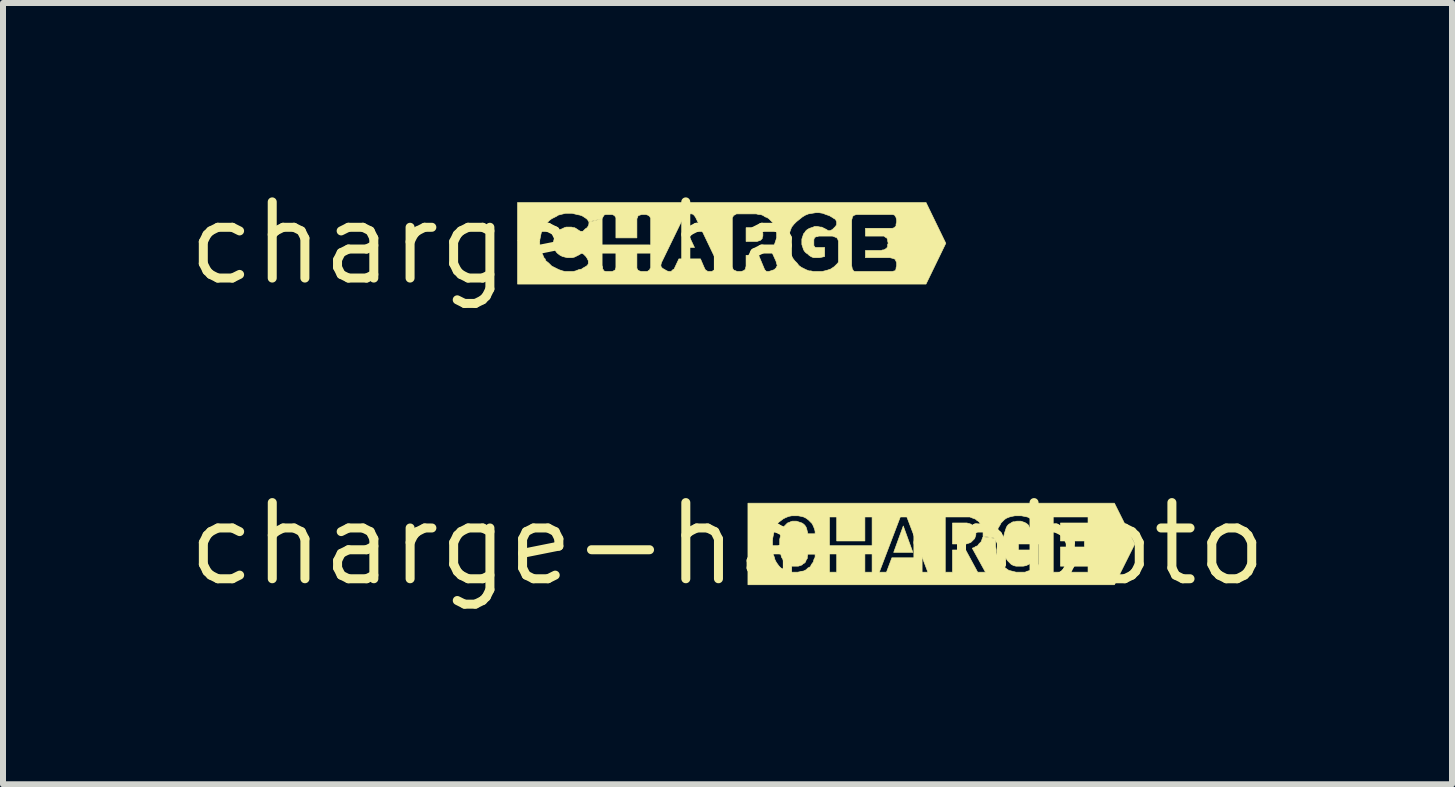
<source format=kicad_pcb>
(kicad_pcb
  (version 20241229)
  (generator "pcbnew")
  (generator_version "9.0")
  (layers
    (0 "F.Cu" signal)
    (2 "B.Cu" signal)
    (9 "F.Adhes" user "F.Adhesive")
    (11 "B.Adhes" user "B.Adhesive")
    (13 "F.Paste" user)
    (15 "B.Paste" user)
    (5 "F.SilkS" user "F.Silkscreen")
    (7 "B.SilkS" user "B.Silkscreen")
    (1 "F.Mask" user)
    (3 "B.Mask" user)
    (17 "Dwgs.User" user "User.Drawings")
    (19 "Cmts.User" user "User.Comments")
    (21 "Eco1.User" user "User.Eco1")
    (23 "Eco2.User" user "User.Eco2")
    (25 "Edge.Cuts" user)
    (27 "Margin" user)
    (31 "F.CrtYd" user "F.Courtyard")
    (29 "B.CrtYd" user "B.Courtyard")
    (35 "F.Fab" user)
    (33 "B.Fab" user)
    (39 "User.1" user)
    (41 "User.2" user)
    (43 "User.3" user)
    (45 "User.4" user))
  (footprint "charge-ha"
    (layer "F.Cu")
    (at 5.238 1.006)
    (property "Reference" "charge-ha" (at 0 0 0) (layer "F.SilkS") (effects (font (size 1.27 1.27) (thickness 0.15))))
    (attr board_only exclude_from_pos_files exclude_from_bom)
    (fp_poly (pts (xy 3.2 -0.12) (xy 3.12 0.07) (xy 3.29 0.07) (xy 3.2 -0.12)) (stroke (width 0.01) (type solid)) (fill yes) (layer "F.SilkS"))
    (fp_poly (pts (xy 4.15 -0.03) (xy 4.33 -0.03) (xy 4.36 -0.04) (xy 4.39 -0.05) (xy 4.4 -0.06) (xy 4.42 -0.08) (xy 4.42 -0.1) (xy 4.43 -0.12) (xy 4.43 -0.14) (xy 4.43 -0.17) (xy 4.42 -0.19) (xy 4.41 -0.21) (xy 4.4 -0.22) (xy 4.38 -0.24) (xy 4.36 -0.25) (xy 4.33 -0.26) (xy 4.32 -0.26) (xy 4.15 -0.26) (xy 4.15 -0.03)) (stroke (width 0.01) (type solid)) (fill yes) (layer "F.SilkS"))
    (fp_poly (pts (xy 0.68 -0.68) (xy 0.34 -0.68) (xy 0.34 0.68) (xy 7.15 0.68) (xy 7.48 0) (xy 7.15 -0.68) (xy 0.68 -0.68) (xy 0.91 -0.41) (xy 0.95 -0.43) (xy 0.99 -0.45) (xy 1.02 -0.47) (xy 1.06 -0.48) (xy 1.1 -0.49) (xy 1.14 -0.5) (xy 1.18 -0.5) (xy 1.22 -0.5) (xy 1.25 -0.5) (xy 1.29 -0.49) (xy 1.33 -0.48) (xy 1.38 -0.47) (xy 1.41 -0.46) (xy 1.43 -0.45) (xy 1.46 -0.43) (xy 1.49 -0.41) (xy 1.51 -0.39) (xy 1.52 -0.37) (xy 1.53 -0.36) (xy 1.75 -0.41) (xy 1.76 -0.43) (xy 1.77 -0.45) (xy 1.78 -0.46) (xy 1.78 -0.47) (xy 1.81 -0.48) (xy 1.84 -0.48) (xy 1.89 -0.48) (xy 1.92 -0.48) (xy 1.94 -0.47) (xy 1.96 -0.46) (xy 1.97 -0.44) (xy 1.98 -0.43) (xy 1.98 -0.42) (xy 1.98 -0.38) (xy 1.98 -0.09) (xy 2.33 -0.09) (xy 2.33 -0.41) (xy 2.34 -0.43) (xy 2.35 -0.46) (xy 2.38 -0.47) (xy 2.41 -0.48) (xy 2.45 -0.48) (xy 2.48 -0.48) (xy 2.51 -0.47) (xy 2.53 -0.46) (xy 2.55 -0.44) (xy 2.55 -0.43) (xy 2.56 -0.43) (xy 2.56 -0.4) (xy 2.56 -0.37) (xy 2.56 0.37) (xy 2.73 0.37) (xy 2.73 0.36) (xy 2.74 0.32) (xy 2.75 0.3) (xy 3.11 -0.44) (xy 3.13 -0.46) (xy 3.16 -0.48) (xy 3.19 -0.49) (xy 3.22 -0.49) (xy 3.25 -0.49) (xy 3.27 -0.48) (xy 3.29 -0.46) (xy 3.31 -0.43) (xy 3.66 0.3) (xy 3.68 0.33) (xy 3.68 0.36) (xy 3.92 0.36) (xy 3.92 -0.42) (xy 3.92 -0.43) (xy 3.93 -0.44) (xy 3.94 -0.46) (xy 3.94 -0.47) (xy 3.96 -0.47) (xy 3.97 -0.48) (xy 3.99 -0.49) (xy 4.02 -0.49) (xy 4.32 -0.49) (xy 4.36 -0.48) (xy 4.39 -0.48) (xy 4.42 -0.47) (xy 4.44 -0.46) (xy 4.47 -0.44) (xy 4.5 -0.43) (xy 4.53 -0.41) (xy 4.55 -0.39) (xy 4.58 -0.36) (xy 4.6 -0.34) (xy 4.61 -0.31) (xy 4.63 -0.28) (xy 4.64 -0.25) (xy 4.65 -0.22) (xy 4.66 -0.19) (xy 4.66 -0.16) (xy 4.66 -0.13) (xy 4.66 -0.09) (xy 4.85 -0.07) (xy 4.86 -0.12) (xy 4.87 -0.16) (xy 4.89 -0.22) (xy 4.91 -0.27) (xy 4.95 -0.32) (xy 4.99 -0.36) (xy 5.04 -0.4) (xy 5.09 -0.44) (xy 5.14 -0.47) (xy 5.19 -0.49) (xy 5.25 -0.5) (xy 5.31 -0.51) (xy 5.37 -0.51) (xy 5.43 -0.5) (xy 5.48 -0.48) (xy 5.54 -0.46) (xy 5.59 -0.43) (xy 5.62 -0.41) (xy 5.64 -0.4) (xy 5.65 -0.38) (xy 5.66 -0.36) (xy 5.66 -0.34) (xy 5.66 -0.31) (xy 5.64 -0.28) (xy 5.62 -0.26) (xy 5.59 -0.23) (xy 5.57 -0.22) (xy 5.55 -0.21) (xy 5.54 -0.21) (xy 5.52 -0.21) (xy 5.49 -0.23) (xy 5.43 -0.26) (xy 5.41 -0.27) (xy 5.39 -0.27) (xy 5.34 -0.28) (xy 5.29 -0.28) (xy 5.27 -0.27) (xy 5.24 -0.26) (xy 5.21 -0.25) (xy 5.19 -0.24) (xy 5.16 -0.22) (xy 5.14 -0.2) (xy 5.13 -0.18) (xy 5.11 -0.16) (xy 5.1 -0.13) (xy 5.09 -0.1) (xy 5.08 -0.07) (xy 5.08 -0.04) (xy 5.08 -0.01) (xy 5.08 0.02) (xy 5.09 0.05) (xy 5.1 0.08) (xy 5.11 0.11) (xy 5.13 0.14) (xy 5.15 0.16) (xy 5.18 0.18) (xy 5.2 0.2) (xy 5.23 0.22) (xy 5.25 0.23) (xy 5.28 0.24) (xy 5.32 0.24) (xy 5.37 0.24) (xy 5.42 0.23) (xy 5.46 0.22) (xy 5.46 0.07) (xy 5.35 0.07) (xy 5.32 0.07) (xy 5.31 0.07) (xy 5.29 0.06) (xy 5.29 0.05) (xy 5.28 0.04) (xy 5.28 0.01) (xy 5.28 -0.04) (xy 5.28 -0.06) (xy 5.29 -0.09) (xy 5.3 -0.1) (xy 5.32 -0.11) (xy 5.34 -0.11) (xy 5.36 -0.12) (xy 5.59 -0.12) (xy 5.62 -0.11) (xy 5.64 -0.1) (xy 5.66 -0.1) (xy 5.67 -0.08) (xy 5.68 -0.07) (xy 5.68 -0.06) (xy 5.69 -0.04) (xy 5.69 -0.02) (xy 5.69 0.29) (xy 5.69 0.31) (xy 5.91 0.37) (xy 5.91 -0.37) (xy 5.91 -0.39) (xy 5.92 -0.42) (xy 5.92 -0.43) (xy 5.93 -0.45) (xy 5.94 -0.46) (xy 5.96 -0.47) (xy 5.99 -0.48) (xy 6.02 -0.48) (xy 6.55 -0.48) (xy 6.59 -0.48) (xy 6.63 -0.47) (xy 6.63 -0.46) (xy 6.64 -0.45) (xy 6.65 -0.43) (xy 6.66 -0.39) (xy 6.66 -0.35) (xy 6.65 -0.32) (xy 6.65 -0.29) (xy 6.63 -0.27) (xy 6.62 -0.26) (xy 6.59 -0.25) (xy 6.55 -0.25) (xy 6.14 -0.25) (xy 6.14 -0.12) (xy 6.45 -0.12) (xy 6.46 -0.11) (xy 6.49 -0.09) (xy 6.5 -0.09) (xy 6.5 -0.08) (xy 6.51 -0.06) (xy 6.51 -0.04) (xy 6.52 0) (xy 6.51 0.02) (xy 6.51 0.04) (xy 6.51 0.06) (xy 6.5 0.07) (xy 6.49 0.09) (xy 6.48 0.09) (xy 6.45 0.11) (xy 6.43 0.11) (xy 6.4 0.12) (xy 6.14 0.12) (xy 6.14 0.24) (xy 6.55 0.24) (xy 6.59 0.25) (xy 6.62 0.26) (xy 6.64 0.27) (xy 6.64 0.28) (xy 6.65 0.3) (xy 6.66 0.32) (xy 6.66 0.35) (xy 6.66 0.38) (xy 6.65 0.41) (xy 6.65 0.43) (xy 6.64 0.45) (xy 6.63 0.46) (xy 6.62 0.46) (xy 6.59 0.47) (xy 6.55 0.47) (xy 6.01 0.47) (xy 5.98 0.47) (xy 5.96 0.47) (xy 5.94 0.46) (xy 5.93 0.44) (xy 5.92 0.43) (xy 5.92 0.42) (xy 5.91 0.37) (xy 5.69 0.31) (xy 5.68 0.33) (xy 5.66 0.35) (xy 5.64 0.37) (xy 5.62 0.39) (xy 5.59 0.41) (xy 5.56 0.43) (xy 5.53 0.44) (xy 5.5 0.45) (xy 5.46 0.46) (xy 5.42 0.47) (xy 5.38 0.47) (xy 5.34 0.47) (xy 5.3 0.47) (xy 5.27 0.47) (xy 5.23 0.46) (xy 5.2 0.46) (xy 5.15 0.44) (xy 5.11 0.42) (xy 5.07 0.4) (xy 5.03 0.37) (xy 5 0.33) (xy 4.96 0.29) (xy 4.93 0.25) (xy 4.91 0.21) (xy 4.89 0.17) (xy 4.87 0.13) (xy 4.86 0.08) (xy 4.85 0.03) (xy 4.85 -0.02) (xy 4.85 -0.07) (xy 4.66 -0.09) (xy 4.65 -0.06) (xy 4.64 -0.03) (xy 4.63 0) (xy 4.62 0.03) (xy 4.6 0.05) (xy 4.58 0.08) (xy 4.56 0.1) (xy 4.6 0.19) (xy 4.65 0.3) (xy 4.66 0.34) (xy 4.67 0.37) (xy 4.66 0.39) (xy 4.65 0.41) (xy 4.64 0.42) (xy 4.62 0.44) (xy 4.56 0.46) (xy 4.53 0.47) (xy 4.52 0.47) (xy 4.5 0.47) (xy 4.49 0.47) (xy 4.48 0.46) (xy 4.47 0.45) (xy 4.46 0.44) (xy 4.36 0.2) (xy 4.15 0.2) (xy 4.15 0.38) (xy 4.14 0.42) (xy 4.14 0.43) (xy 4.13 0.44) (xy 4.12 0.45) (xy 4.1 0.46) (xy 4.07 0.47) (xy 4.04 0.47) (xy 4 0.47) (xy 3.98 0.46) (xy 3.95 0.45) (xy 3.94 0.44) (xy 3.93 0.43) (xy 3.93 0.42) (xy 3.92 0.39) (xy 3.92 0.36) (xy 3.68 0.36) (xy 3.68 0.38) (xy 3.67 0.4) (xy 3.66 0.41) (xy 3.65 0.43) (xy 3.63 0.44) (xy 3.61 0.45) (xy 3.58 0.47) (xy 3.56 0.47) (xy 3.54 0.47) (xy 3.52 0.47) (xy 3.51 0.47) (xy 3.5 0.46) (xy 3.48 0.45) (xy 3.47 0.44) (xy 3.45 0.4) (xy 3.39 0.26) (xy 3.03 0.26) (xy 2.95 0.43) (xy 2.93 0.44) (xy 2.91 0.46) (xy 2.9 0.47) (xy 2.89 0.47) (xy 2.87 0.47) (xy 2.86 0.47) (xy 2.83 0.46) (xy 2.78 0.43) (xy 2.76 0.42) (xy 2.75 0.41) (xy 2.74 0.4) (xy 2.73 0.38) (xy 2.73 0.37) (xy 2.56 0.37) (xy 2.56 0.39) (xy 2.56 0.41) (xy 2.55 0.42) (xy 2.54 0.45) (xy 2.53 0.45) (xy 2.52 0.46) (xy 2.5 0.47) (xy 2.47 0.47) (xy 2.43 0.47) (xy 2.4 0.47) (xy 2.37 0.46) (xy 2.35 0.45) (xy 2.34 0.44) (xy 2.34 0.43) (xy 2.33 0.42) (xy 2.33 0.37) (xy 2.33 0.09) (xy 1.98 0.09) (xy 1.98 0.37) (xy 1.98 0.4) (xy 1.97 0.44) (xy 1.96 0.45) (xy 1.94 0.46) (xy 1.92 0.47) (xy 1.9 0.47) (xy 1.86 0.47) (xy 1.83 0.47) (xy 1.81 0.47) (xy 1.78 0.46) (xy 1.77 0.44) (xy 1.76 0.43) (xy 1.76 0.4) (xy 1.75 0.37) (xy 1.75 -0.41) (xy 1.53 -0.35) (xy 1.53 -0.34) (xy 1.53 -0.32) (xy 1.52 -0.29) (xy 1.5 -0.26) (xy 1.47 -0.24) (xy 1.45 -0.22) (xy 1.43 -0.2) (xy 1.41 -0.2) (xy 1.39 -0.2) (xy 1.37 -0.21) (xy 1.31 -0.25) (xy 1.29 -0.26) (xy 1.27 -0.26) (xy 1.24 -0.27) (xy 1.21 -0.27) (xy 1.18 -0.27) (xy 1.15 -0.27) (xy 1.12 -0.26) (xy 1.08 -0.24) (xy 1.05 -0.23) (xy 1.02 -0.2) (xy 1 -0.18) (xy 0.98 -0.16) (xy 0.97 -0.14) (xy 0.96 -0.11) (xy 0.95 -0.07) (xy 0.94 -0.03) (xy 0.94 0.01) (xy 0.95 0.05) (xy 0.96 0.09) (xy 0.97 0.12) (xy 0.99 0.15) (xy 1.01 0.17) (xy 1.05 0.2) (xy 1.09 0.22) (xy 1.13 0.23) (xy 1.17 0.24) (xy 1.21 0.24) (xy 1.25 0.24) (xy 1.29 0.23) (xy 1.33 0.21) (xy 1.37 0.19) (xy 1.4 0.17) (xy 1.41 0.17) (xy 1.42 0.17) (xy 1.44 0.18) (xy 1.46 0.2) (xy 1.48 0.22) (xy 1.5 0.25) (xy 1.51 0.27) (xy 1.52 0.29) (xy 1.52 0.31) (xy 1.52 0.32) (xy 1.52 0.34) (xy 1.51 0.36) (xy 1.49 0.38) (xy 1.42 0.42) (xy 1.41 0.43) (xy 1.36 0.44) (xy 1.31 0.46) (xy 1.27 0.47) (xy 1.22 0.47) (xy 1.19 0.47) (xy 1.16 0.47) (xy 1.13 0.47) (xy 1.09 0.46) (xy 1.03 0.44) (xy 0.97 0.41) (xy 0.91 0.38) (xy 0.86 0.33) (xy 0.81 0.29) (xy 0.8 0.26) (xy 0.78 0.24) (xy 0.76 0.19) (xy 0.74 0.15) (xy 0.73 0.1) (xy 0.72 0.06) (xy 0.71 0.01) (xy 0.71 -0.05) (xy 0.72 -0.1) (xy 0.73 -0.15) (xy 0.74 -0.19) (xy 0.76 -0.23) (xy 0.78 -0.27) (xy 0.81 -0.31) (xy 0.83 -0.34) (xy 0.87 -0.38) (xy 0.91 -0.41) (xy 0.68 -0.68)) (stroke (width 0.01) (type solid)) (fill yes) (layer "F.SilkS")))
  (footprint "charge-ha-roboto"
    (layer "F.Cu")
    (at 9.079 6.019)
    (property "Reference" "charge-ha-roboto" (at 0 0 0) (layer "F.SilkS") (effects (font (size 1.27 1.27) (thickness 0.15))))
    (attr board_only exclude_from_pos_files exclude_from_bom)
    (fp_poly (pts (xy 2.77 0.14) (xy 3.09 0.14) (xy 2.93 -0.3) (xy 2.77 0.14)) (stroke (width 0.01) (type solid)) (fill yes) (layer "F.SilkS"))
    (fp_poly (pts (xy 3.75 0) (xy 3.95 0) (xy 3.98 0) (xy 4.01 -0.01) (xy 4.04 -0.02) (xy 4.06 -0.03) (xy 4.08 -0.05) (xy 4.1 -0.07) (xy 4.12 -0.09) (xy 4.13 -0.12) (xy 4.14 -0.15) (xy 4.14 -0.2) (xy 4.13 -0.23) (xy 4.12 -0.26) (xy 4.1 -0.29) (xy 4.08 -0.31) (xy 4.06 -0.33) (xy 4.03 -0.34) (xy 3.99 -0.35) (xy 3.94 -0.35) (xy 3.75 -0.35) (xy 3.75 0)) (stroke (width 0.01) (type solid)) (fill yes) (layer "F.SilkS"))
    (fp_poly (pts (xy 0.68 -0.68) (xy 0.34 -0.68) (xy 0.34 0.68) (xy 6.45 0.68) (xy 6.79 0) (xy 6.45 -0.68) (xy 0.68 -0.68) (xy 0.89 -0.39) (xy 0.93 -0.42) (xy 0.97 -0.44) (xy 1.02 -0.46) (xy 1.07 -0.47) (xy 1.12 -0.47) (xy 1.18 -0.47) (xy 1.23 -0.46) (xy 1.27 -0.45) (xy 1.31 -0.43) (xy 1.35 -0.4) (xy 1.38 -0.37) (xy 1.41 -0.34) (xy 1.43 -0.3) (xy 1.7 -0.45) (xy 1.82 -0.45) (xy 1.82 -0.05) (xy 2.29 -0.05) (xy 2.29 -0.45) (xy 2.41 -0.45) (xy 2.41 0.47) (xy 2.53 0.47) (xy 2.88 -0.45) (xy 2.99 -0.45) (xy 3.34 0.47) (xy 3.63 0.47) (xy 3.63 -0.45) (xy 3.95 -0.45) (xy 3.99 -0.45) (xy 4.04 -0.45) (xy 4.09 -0.43) (xy 4.12 -0.42) (xy 4.14 -0.41) (xy 4.16 -0.39) (xy 4.18 -0.38) (xy 4.2 -0.36) (xy 4.21 -0.34) (xy 4.23 -0.32) (xy 4.24 -0.29) (xy 4.25 -0.26) (xy 4.26 -0.23) (xy 4.26 -0.19) (xy 4.26 -0.16) (xy 4.26 -0.13) (xy 4.47 -0.1) (xy 4.48 -0.14) (xy 4.49 -0.19) (xy 4.5 -0.24) (xy 4.52 -0.28) (xy 4.54 -0.31) (xy 4.56 -0.35) (xy 4.59 -0.38) (xy 4.62 -0.41) (xy 4.65 -0.43) (xy 4.7 -0.45) (xy 4.74 -0.46) (xy 4.79 -0.47) (xy 4.84 -0.47) (xy 4.9 -0.47) (xy 4.95 -0.46) (xy 5 -0.45) (xy 5.04 -0.43) (xy 5.07 -0.41) (xy 5.1 -0.38) (xy 5.13 -0.35) (xy 5.15 -0.32) (xy 5.17 -0.28) (xy 5.18 -0.24) (xy 5.19 -0.19) (xy 5.07 -0.19) (xy 5.06 -0.22) (xy 5.05 -0.26) (xy 5.03 -0.28) (xy 5.02 -0.31) (xy 5 -0.33) (xy 4.97 -0.35) (xy 4.95 -0.36) (xy 4.92 -0.37) (xy 4.89 -0.38) (xy 4.86 -0.38) (xy 4.82 -0.38) (xy 4.79 -0.37) (xy 4.76 -0.37) (xy 4.74 -0.36) (xy 4.71 -0.34) (xy 4.69 -0.33) (xy 4.67 -0.31) (xy 4.65 -0.28) (xy 4.64 -0.25) (xy 4.63 -0.22) (xy 4.62 -0.19) (xy 4.61 -0.15) (xy 4.6 -0.11) (xy 4.6 -0.07) (xy 4.6 0.06) (xy 4.6 0.1) (xy 4.61 0.14) (xy 4.62 0.18) (xy 4.63 0.22) (xy 4.65 0.25) (xy 4.67 0.28) (xy 4.7 0.31) (xy 4.73 0.34) (xy 4.77 0.36) (xy 4.81 0.37) (xy 4.85 0.37) (xy 4.93 0.37) (xy 4.98 0.36) (xy 5 0.35) (xy 5.02 0.34) (xy 5.04 0.33) (xy 5.07 0.3) (xy 5.07 0.1) (xy 4.85 0.1) (xy 4.85 0) (xy 5.19 0) (xy 5.19 0.34) (xy 5.43 0.47) (xy 5.43 -0.45) (xy 6.01 -0.45) (xy 6.01 -0.35) (xy 5.55 -0.35) (xy 5.55 -0.05) (xy 5.95 -0.05) (xy 5.95 0.05) (xy 5.55 0.05) (xy 5.55 0.37) (xy 6.01 0.37) (xy 6.01 0.47) (xy 5.43 0.47) (xy 5.19 0.34) (xy 5.16 0.37) (xy 5.13 0.4) (xy 5.1 0.42) (xy 5.06 0.44) (xy 5.01 0.45) (xy 4.96 0.47) (xy 4.91 0.47) (xy 4.85 0.47) (xy 4.81 0.47) (xy 4.77 0.46) (xy 4.73 0.45) (xy 4.69 0.44) (xy 4.66 0.42) (xy 4.62 0.39) (xy 4.59 0.37) (xy 4.57 0.34) (xy 4.54 0.3) (xy 4.52 0.25) (xy 4.5 0.2) (xy 4.48 0.15) (xy 4.48 0.1) (xy 4.47 0.04) (xy 4.47 -0.05) (xy 4.47 -0.09) (xy 4.26 -0.12) (xy 4.25 -0.1) (xy 4.24 -0.07) (xy 4.23 -0.04) (xy 4.21 -0.02) (xy 4.19 0) (xy 4.17 0.03) (xy 4.14 0.04) (xy 4.11 0.06) (xy 4.08 0.07) (xy 4.3 0.47) (xy 4.17 0.47) (xy 3.97 0.1) (xy 3.75 0.1) (xy 3.75 0.47) (xy 3.63 0.47) (xy 3.34 0.47) (xy 3.21 0.47) (xy 3.12 0.23) (xy 2.74 0.23) (xy 2.65 0.47) (xy 2.53 0.47) (xy 2.41 0.47) (xy 2.29 0.47) (xy 2.29 0.05) (xy 1.82 0.05) (xy 1.82 0.47) (xy 1.7 0.47) (xy 1.7 -0.45) (xy 1.43 -0.3) (xy 1.45 -0.25) (xy 1.46 -0.21) (xy 1.46 -0.17) (xy 1.34 -0.17) (xy 1.33 -0.21) (xy 1.32 -0.25) (xy 1.31 -0.28) (xy 1.29 -0.31) (xy 1.27 -0.33) (xy 1.24 -0.35) (xy 1.21 -0.36) (xy 1.18 -0.37) (xy 1.15 -0.38) (xy 1.11 -0.38) (xy 1.08 -0.38) (xy 1.05 -0.37) (xy 1.03 -0.36) (xy 1 -0.35) (xy 0.98 -0.33) (xy 0.96 -0.31) (xy 0.93 -0.28) (xy 0.91 -0.24) (xy 0.9 -0.21) (xy 0.89 -0.16) (xy 0.88 -0.12) (xy 0.87 -0.08) (xy 0.87 0.07) (xy 0.88 0.11) (xy 0.88 0.15) (xy 0.89 0.18) (xy 0.9 0.22) (xy 0.92 0.25) (xy 0.93 0.28) (xy 0.95 0.3) (xy 0.97 0.32) (xy 1 0.34) (xy 1.02 0.35) (xy 1.05 0.36) (xy 1.08 0.37) (xy 1.11 0.37) (xy 1.15 0.37) (xy 1.18 0.37) (xy 1.21 0.36) (xy 1.24 0.35) (xy 1.26 0.33) (xy 1.28 0.32) (xy 1.3 0.3) (xy 1.31 0.27) (xy 1.33 0.24) (xy 1.33 0.21) (xy 1.34 0.17) (xy 1.46 0.17) (xy 1.46 0.22) (xy 1.44 0.26) (xy 1.43 0.3) (xy 1.4 0.34) (xy 1.38 0.38) (xy 1.34 0.4) (xy 1.31 0.43) (xy 1.27 0.45) (xy 1.22 0.46) (xy 1.17 0.47) (xy 1.11 0.47) (xy 1.06 0.47) (xy 1.01 0.46) (xy 0.97 0.44) (xy 0.93 0.42) (xy 0.89 0.4) (xy 0.86 0.37) (xy 0.83 0.33) (xy 0.81 0.3) (xy 0.79 0.26) (xy 0.78 0.22) (xy 0.76 0.17) (xy 0.76 0.13) (xy 0.75 0.08) (xy 0.75 -0.08) (xy 0.76 -0.13) (xy 0.77 -0.18) (xy 0.78 -0.23) (xy 0.8 -0.28) (xy 0.82 -0.32) (xy 0.85 -0.36) (xy 0.89 -0.39) (xy 0.68 -0.68)) (stroke (width 0.01) (type solid)) (fill yes) (layer "F.SilkS")))
  (gr_rect
    (start -3 -3)
    (end 21.157 10.025)
    (stroke (width 0.1) (type default))
    (fill no)
    (layer "Edge.Cuts")))
</source>
